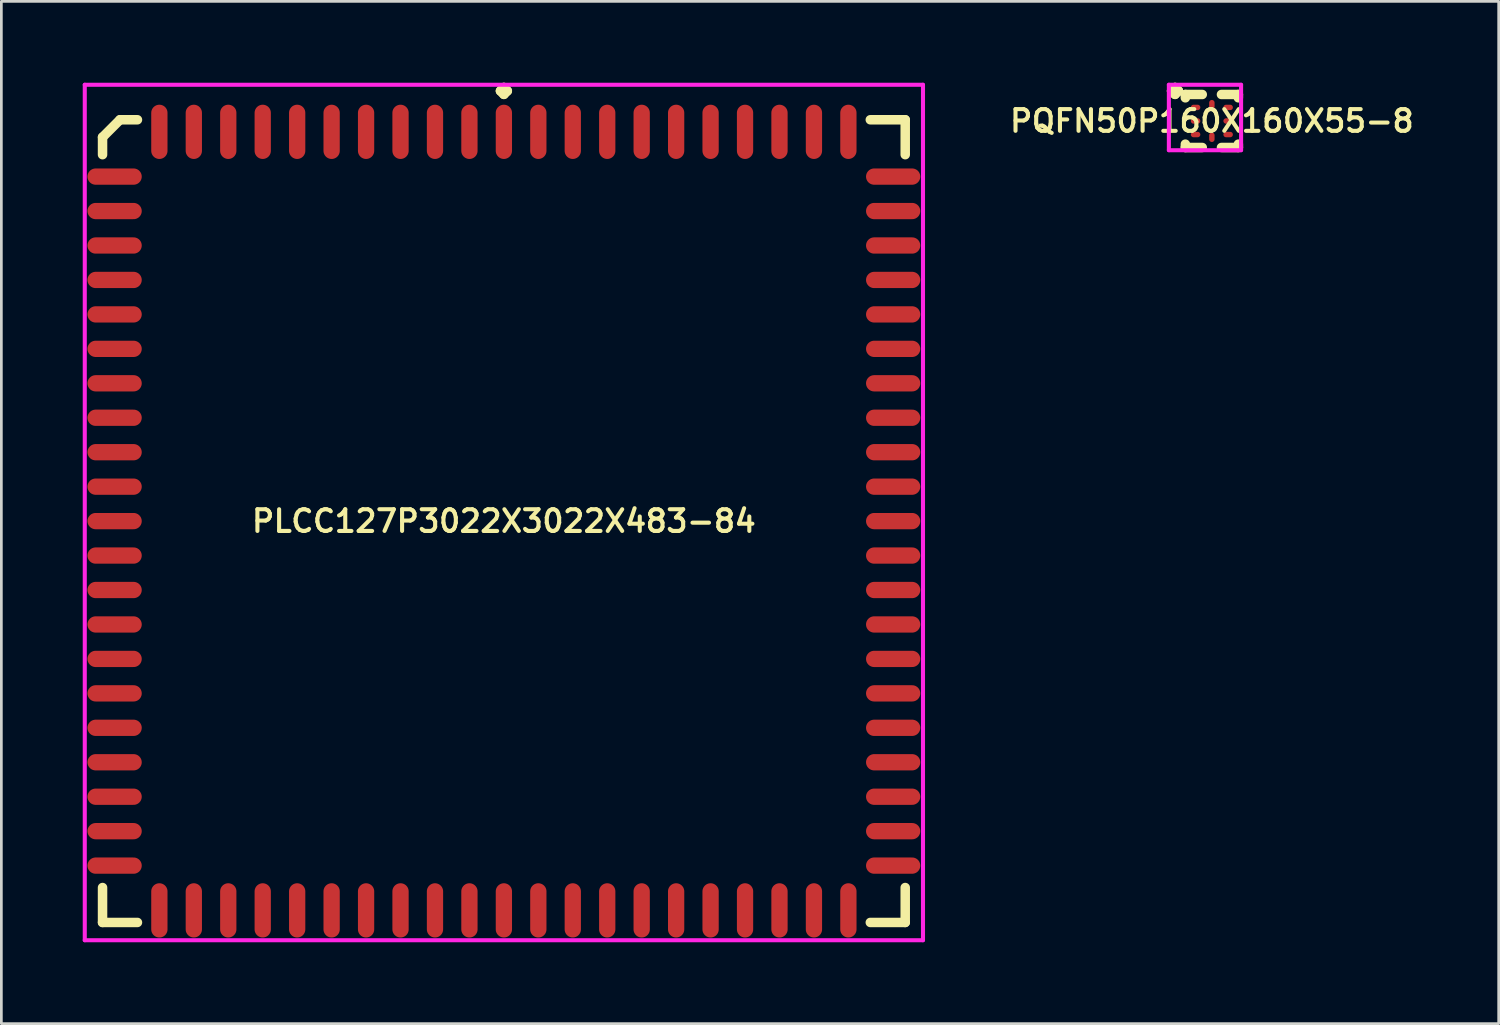
<source format=kicad_pcb>
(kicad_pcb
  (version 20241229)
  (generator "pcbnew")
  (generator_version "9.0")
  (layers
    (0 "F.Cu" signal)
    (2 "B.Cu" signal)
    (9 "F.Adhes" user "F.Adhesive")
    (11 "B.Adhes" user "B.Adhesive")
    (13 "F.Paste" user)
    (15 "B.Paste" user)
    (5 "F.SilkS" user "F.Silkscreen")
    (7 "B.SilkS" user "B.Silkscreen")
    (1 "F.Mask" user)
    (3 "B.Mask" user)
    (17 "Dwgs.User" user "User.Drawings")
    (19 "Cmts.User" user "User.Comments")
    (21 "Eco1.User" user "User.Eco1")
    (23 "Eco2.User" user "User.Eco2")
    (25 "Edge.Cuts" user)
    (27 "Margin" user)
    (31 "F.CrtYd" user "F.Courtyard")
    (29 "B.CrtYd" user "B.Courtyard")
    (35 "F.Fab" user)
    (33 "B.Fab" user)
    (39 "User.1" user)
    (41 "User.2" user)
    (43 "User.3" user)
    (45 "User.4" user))
  (footprint "PQFN50P160X160X55-8"
    (layer "F.Cu")
    (at 41.624 1.41)
    (property "Reference" "PQFN50P160X160X55-8" (at 0 0 0) (layer "F.SilkS") (effects (font (size 0.8 0.8) (thickness 0.15))))
    (attr smd)
    (fp_line (start -1.485 -1.108) (end -1.358 -1.235) (stroke (width 0.35) (type solid)) (layer "F.SilkS"))
    (fp_line (start -1.358 -1.235) (end -1.231 -1.108) (stroke (width 0.35) (type solid)) (layer "F.SilkS"))
    (fp_line (start -1.358 -0.981) (end -1.485 -1.108) (stroke (width 0.35) (type solid)) (layer "F.SilkS"))
    (fp_line (start -1.231 -1.108) (end -1.358 -0.981) (stroke (width 0.35) (type solid)) (layer "F.SilkS"))
    (fp_line (start -0.977 -0.977) (end -0.354 -0.977) (stroke (width 0.35) (type solid)) (layer "F.SilkS"))
    (fp_line (start -0.977 -0.854) (end -0.977 -0.977) (stroke (width 0.35) (type solid)) (layer "F.SilkS"))
    (fp_line (start -0.977 0.854) (end -0.977 0.977) (stroke (width 0.35) (type solid)) (layer "F.SilkS"))
    (fp_line (start -0.977 0.977) (end -0.354 0.977) (stroke (width 0.35) (type solid)) (layer "F.SilkS"))
    (fp_line (start 0.354 -0.977) (end 0.977 -0.977) (stroke (width 0.35) (type solid)) (layer "F.SilkS"))
    (fp_line (start 0.354 0.977) (end 0.977 0.977) (stroke (width 0.35) (type solid)) (layer "F.SilkS"))
    (fp_line (start 0.977 -0.977) (end 0.977 -0.854) (stroke (width 0.35) (type solid)) (layer "F.SilkS"))
    (fp_line (start 0.977 0.977) (end 0.977 0.854) (stroke (width 0.35) (type solid)) (layer "F.SilkS"))
    (fp_line (start -1.585 -1.335) (end 1.077 -1.335) (stroke (width 0.15) (type solid)) (layer "F.CrtYd"))
    (fp_line (start -1.585 1.077) (end -1.585 -1.335) (stroke (width 0.15) (type solid)) (layer "F.CrtYd"))
    (fp_line (start 1.077 -1.335) (end 1.077 1.077) (stroke (width 0.15) (type solid)) (layer "F.CrtYd"))
    (fp_line (start 1.077 1.077) (end -1.585 1.077) (stroke (width 0.15) (type solid)) (layer "F.CrtYd"))
    (pad "1" smd oval (at -0.6 -0.5) (size 0.35 0.2) (layers "F.Cu" "F.Mask" "F.Paste"))
    (pad "2" smd oval (at -0.6 0) (size 0.35 0.2) (layers "F.Cu" "F.Mask" "F.Paste"))
    (pad "3" smd oval (at -0.6 0.5) (size 0.35 0.2) (layers "F.Cu" "F.Mask" "F.Paste"))
    (pad "4" smd oval (at 0 0.6) (size 0.2 0.35) (layers "F.Cu" "F.Mask" "F.Paste"))
    (pad "5" smd oval (at 0.6 0.5) (size 0.35 0.2) (layers "F.Cu" "F.Mask" "F.Paste"))
    (pad "6" smd oval (at 0.6 0) (size 0.35 0.2) (layers "F.Cu" "F.Mask" "F.Paste"))
    (pad "7" smd oval (at 0.6 -0.5) (size 0.35 0.2) (layers "F.Cu" "F.Mask" "F.Paste"))
    (pad "8" smd oval (at 0 -0.6) (size 0.2 0.35) (layers "F.Cu" "F.Mask" "F.Paste")))
  (footprint "PLCC127P3022X3022X483-84"
    (layer "F.Cu")
    (at 15.525 16.16)
    (property "Reference" "PLCC127P3022X3022X483-84" (at 0 0 0) (layer "F.SilkS") (effects (font (size 0.8 0.8) (thickness 0.15))))
    (attr through_hole)
    (fp_line (start -14.795 -14.152) (end -14.152 -14.795) (stroke (width 0.35) (type solid)) (layer "F.SilkS"))
    (fp_line (start -14.795 -13.508) (end -14.795 -14.152) (stroke (width 0.35) (type solid)) (layer "F.SilkS"))
    (fp_line (start -14.795 13.508) (end -14.795 14.795) (stroke (width 0.35) (type solid)) (layer "F.SilkS"))
    (fp_line (start -14.795 14.795) (end -13.508 14.795) (stroke (width 0.35) (type solid)) (layer "F.SilkS"))
    (fp_line (start -14.152 -14.795) (end -13.508 -14.795) (stroke (width 0.35) (type solid)) (layer "F.SilkS"))
    (fp_line (start -0.127 -15.858) (end 0 -15.985) (stroke (width 0.35) (type solid)) (layer "F.SilkS"))
    (fp_line (start 0 -15.985) (end 0.127 -15.858) (stroke (width 0.35) (type solid)) (layer "F.SilkS"))
    (fp_line (start 0 -15.731) (end -0.127 -15.858) (stroke (width 0.35) (type solid)) (layer "F.SilkS"))
    (fp_line (start 0.127 -15.858) (end 0 -15.731) (stroke (width 0.35) (type solid)) (layer "F.SilkS"))
    (fp_line (start 14.795 -14.795) (end 13.508 -14.795) (stroke (width 0.35) (type solid)) (layer "F.SilkS"))
    (fp_line (start 14.795 -13.508) (end 14.795 -14.795) (stroke (width 0.35) (type solid)) (layer "F.SilkS"))
    (fp_line (start 14.795 13.508) (end 14.795 14.795) (stroke (width 0.35) (type solid)) (layer "F.SilkS"))
    (fp_line (start 14.795 14.795) (end 13.508 14.795) (stroke (width 0.35) (type solid)) (layer "F.SilkS"))
    (fp_line (start -15.45 -16.085) (end 15.45 -16.085) (stroke (width 0.15) (type solid)) (layer "F.CrtYd"))
    (fp_line (start -15.45 15.45) (end -15.45 -16.085) (stroke (width 0.15) (type solid)) (layer "F.CrtYd"))
    (fp_line (start 15.45 -16.085) (end 15.45 15.45) (stroke (width 0.15) (type solid)) (layer "F.CrtYd"))
    (fp_line (start 15.45 15.45) (end -15.45 15.45) (stroke (width 0.15) (type solid)) (layer "F.CrtYd"))
    (pad "1" smd oval (at 0 -14.35) (size 0.6 2) (layers "F.Cu" "F.Mask" "F.Paste"))
    (pad "2" smd oval (at -1.27 -14.35) (size 0.6 2) (layers "F.Cu" "F.Mask" "F.Paste"))
    (pad "3" smd oval (at -2.54 -14.35) (size 0.6 2) (layers "F.Cu" "F.Mask" "F.Paste"))
    (pad "4" smd oval (at -3.81 -14.35) (size 0.6 2) (layers "F.Cu" "F.Mask" "F.Paste"))
    (pad "5" smd oval (at -5.08 -14.35) (size 0.6 2) (layers "F.Cu" "F.Mask" "F.Paste"))
    (pad "6" smd oval (at -6.35 -14.35) (size 0.6 2) (layers "F.Cu" "F.Mask" "F.Paste"))
    (pad "7" smd oval (at -7.62 -14.35) (size 0.6 2) (layers "F.Cu" "F.Mask" "F.Paste"))
    (pad "8" smd oval (at -8.89 -14.35) (size 0.6 2) (layers "F.Cu" "F.Mask" "F.Paste"))
    (pad "9" smd oval (at -10.16 -14.35) (size 0.6 2) (layers "F.Cu" "F.Mask" "F.Paste"))
    (pad "10" smd oval (at -11.43 -14.35) (size 0.6 2) (layers "F.Cu" "F.Mask" "F.Paste"))
    (pad "11" smd oval (at -12.7 -14.35) (size 0.6 2) (layers "F.Cu" "F.Mask" "F.Paste"))
    (pad "12" smd oval (at -14.35 -12.7) (size 2 0.6) (layers "F.Cu" "F.Mask" "F.Paste"))
    (pad "13" smd oval (at -14.35 -11.43) (size 2 0.6) (layers "F.Cu" "F.Mask" "F.Paste"))
    (pad "14" smd oval (at -14.35 -10.16) (size 2 0.6) (layers "F.Cu" "F.Mask" "F.Paste"))
    (pad "15" smd oval (at -14.35 -8.89) (size 2 0.6) (layers "F.Cu" "F.Mask" "F.Paste"))
    (pad "16" smd oval (at -14.35 -7.62) (size 2 0.6) (layers "F.Cu" "F.Mask" "F.Paste"))
    (pad "17" smd oval (at -14.35 -6.35) (size 2 0.6) (layers "F.Cu" "F.Mask" "F.Paste"))
    (pad "18" smd oval (at -14.35 -5.08) (size 2 0.6) (layers "F.Cu" "F.Mask" "F.Paste"))
    (pad "19" smd oval (at -14.35 -3.81) (size 2 0.6) (layers "F.Cu" "F.Mask" "F.Paste"))
    (pad "20" smd oval (at -14.35 -2.54) (size 2 0.6) (layers "F.Cu" "F.Mask" "F.Paste"))
    (pad "21" smd oval (at -14.35 -1.27) (size 2 0.6) (layers "F.Cu" "F.Mask" "F.Paste"))
    (pad "22" smd oval (at -14.35 0) (size 2 0.6) (layers "F.Cu" "F.Mask" "F.Paste"))
    (pad "23" smd oval (at -14.35 1.27) (size 2 0.6) (layers "F.Cu" "F.Mask" "F.Paste"))
    (pad "24" smd oval (at -14.35 2.54) (size 2 0.6) (layers "F.Cu" "F.Mask" "F.Paste"))
    (pad "25" smd oval (at -14.35 3.81) (size 2 0.6) (layers "F.Cu" "F.Mask" "F.Paste"))
    (pad "26" smd oval (at -14.35 5.08) (size 2 0.6) (layers "F.Cu" "F.Mask" "F.Paste"))
    (pad "27" smd oval (at -14.35 6.35) (size 2 0.6) (layers "F.Cu" "F.Mask" "F.Paste"))
    (pad "28" smd oval (at -14.35 7.62) (size 2 0.6) (layers "F.Cu" "F.Mask" "F.Paste"))
    (pad "29" smd oval (at -14.35 8.89) (size 2 0.6) (layers "F.Cu" "F.Mask" "F.Paste"))
    (pad "30" smd oval (at -14.35 10.16) (size 2 0.6) (layers "F.Cu" "F.Mask" "F.Paste"))
    (pad "31" smd oval (at -14.35 11.43) (size 2 0.6) (layers "F.Cu" "F.Mask" "F.Paste"))
    (pad "32" smd oval (at -14.35 12.7) (size 2 0.6) (layers "F.Cu" "F.Mask" "F.Paste"))
    (pad "33" smd oval (at -12.7 14.35) (size 0.6 2) (layers "F.Cu" "F.Mask" "F.Paste"))
    (pad "34" smd oval (at -11.43 14.35) (size 0.6 2) (layers "F.Cu" "F.Mask" "F.Paste"))
    (pad "35" smd oval (at -10.16 14.35) (size 0.6 2) (layers "F.Cu" "F.Mask" "F.Paste"))
    (pad "36" smd oval (at -8.89 14.35) (size 0.6 2) (layers "F.Cu" "F.Mask" "F.Paste"))
    (pad "37" smd oval (at -7.62 14.35) (size 0.6 2) (layers "F.Cu" "F.Mask" "F.Paste"))
    (pad "38" smd oval (at -6.35 14.35) (size 0.6 2) (layers "F.Cu" "F.Mask" "F.Paste"))
    (pad "39" smd oval (at -5.08 14.35) (size 0.6 2) (layers "F.Cu" "F.Mask" "F.Paste"))
    (pad "40" smd oval (at -3.81 14.35) (size 0.6 2) (layers "F.Cu" "F.Mask" "F.Paste"))
    (pad "41" smd oval (at -2.54 14.35) (size 0.6 2) (layers "F.Cu" "F.Mask" "F.Paste"))
    (pad "42" smd oval (at -1.27 14.35) (size 0.6 2) (layers "F.Cu" "F.Mask" "F.Paste"))
    (pad "43" smd oval (at 0 14.35) (size 0.6 2) (layers "F.Cu" "F.Mask" "F.Paste"))
    (pad "44" smd oval (at 1.27 14.35) (size 0.6 2) (layers "F.Cu" "F.Mask" "F.Paste"))
    (pad "45" smd oval (at 2.54 14.35) (size 0.6 2) (layers "F.Cu" "F.Mask" "F.Paste"))
    (pad "46" smd oval (at 3.81 14.35) (size 0.6 2) (layers "F.Cu" "F.Mask" "F.Paste"))
    (pad "47" smd oval (at 5.08 14.35) (size 0.6 2) (layers "F.Cu" "F.Mask" "F.Paste"))
    (pad "48" smd oval (at 6.35 14.35) (size 0.6 2) (layers "F.Cu" "F.Mask" "F.Paste"))
    (pad "49" smd oval (at 7.62 14.35) (size 0.6 2) (layers "F.Cu" "F.Mask" "F.Paste"))
    (pad "50" smd oval (at 8.89 14.35) (size 0.6 2) (layers "F.Cu" "F.Mask" "F.Paste"))
    (pad "51" smd oval (at 10.16 14.35) (size 0.6 2) (layers "F.Cu" "F.Mask" "F.Paste"))
    (pad "52" smd oval (at 11.43 14.35) (size 0.6 2) (layers "F.Cu" "F.Mask" "F.Paste"))
    (pad "53" smd oval (at 12.7 14.35) (size 0.6 2) (layers "F.Cu" "F.Mask" "F.Paste"))
    (pad "54" smd oval (at 14.35 12.7) (size 2 0.6) (layers "F.Cu" "F.Mask" "F.Paste"))
    (pad "55" smd oval (at 14.35 11.43) (size 2 0.6) (layers "F.Cu" "F.Mask" "F.Paste"))
    (pad "56" smd oval (at 14.35 10.16) (size 2 0.6) (layers "F.Cu" "F.Mask" "F.Paste"))
    (pad "57" smd oval (at 14.35 8.89) (size 2 0.6) (layers "F.Cu" "F.Mask" "F.Paste"))
    (pad "58" smd oval (at 14.35 7.62) (size 2 0.6) (layers "F.Cu" "F.Mask" "F.Paste"))
    (pad "59" smd oval (at 14.35 6.35) (size 2 0.6) (layers "F.Cu" "F.Mask" "F.Paste"))
    (pad "60" smd oval (at 14.35 5.08) (size 2 0.6) (layers "F.Cu" "F.Mask" "F.Paste"))
    (pad "61" smd oval (at 14.35 3.81) (size 2 0.6) (layers "F.Cu" "F.Mask" "F.Paste"))
    (pad "62" smd oval (at 14.35 2.54) (size 2 0.6) (layers "F.Cu" "F.Mask" "F.Paste"))
    (pad "63" smd oval (at 14.35 1.27) (size 2 0.6) (layers "F.Cu" "F.Mask" "F.Paste"))
    (pad "64" smd oval (at 14.35 0) (size 2 0.6) (layers "F.Cu" "F.Mask" "F.Paste"))
    (pad "65" smd oval (at 14.35 -1.27) (size 2 0.6) (layers "F.Cu" "F.Mask" "F.Paste"))
    (pad "66" smd oval (at 14.35 -2.54) (size 2 0.6) (layers "F.Cu" "F.Mask" "F.Paste"))
    (pad "67" smd oval (at 14.35 -3.81) (size 2 0.6) (layers "F.Cu" "F.Mask" "F.Paste"))
    (pad "68" smd oval (at 14.35 -5.08) (size 2 0.6) (layers "F.Cu" "F.Mask" "F.Paste"))
    (pad "69" smd oval (at 14.35 -6.35) (size 2 0.6) (layers "F.Cu" "F.Mask" "F.Paste"))
    (pad "70" smd oval (at 14.35 -7.62) (size 2 0.6) (layers "F.Cu" "F.Mask" "F.Paste"))
    (pad "71" smd oval (at 14.35 -8.89) (size 2 0.6) (layers "F.Cu" "F.Mask" "F.Paste"))
    (pad "72" smd oval (at 14.35 -10.16) (size 2 0.6) (layers "F.Cu" "F.Mask" "F.Paste"))
    (pad "73" smd oval (at 14.35 -11.43) (size 2 0.6) (layers "F.Cu" "F.Mask" "F.Paste"))
    (pad "74" smd oval (at 14.35 -12.7) (size 2 0.6) (layers "F.Cu" "F.Mask" "F.Paste"))
    (pad "75" smd oval (at 12.7 -14.35) (size 0.6 2) (layers "F.Cu" "F.Mask" "F.Paste"))
    (pad "76" smd oval (at 11.43 -14.35) (size 0.6 2) (layers "F.Cu" "F.Mask" "F.Paste"))
    (pad "77" smd oval (at 10.16 -14.35) (size 0.6 2) (layers "F.Cu" "F.Mask" "F.Paste"))
    (pad "78" smd oval (at 8.89 -14.35) (size 0.6 2) (layers "F.Cu" "F.Mask" "F.Paste"))
    (pad "79" smd oval (at 7.62 -14.35) (size 0.6 2) (layers "F.Cu" "F.Mask" "F.Paste"))
    (pad "80" smd oval (at 6.35 -14.35) (size 0.6 2) (layers "F.Cu" "F.Mask" "F.Paste"))
    (pad "81" smd oval (at 5.08 -14.35) (size 0.6 2) (layers "F.Cu" "F.Mask" "F.Paste"))
    (pad "82" smd oval (at 3.81 -14.35) (size 0.6 2) (layers "F.Cu" "F.Mask" "F.Paste"))
    (pad "83" smd oval (at 2.54 -14.35) (size 0.6 2) (layers "F.Cu" "F.Mask" "F.Paste"))
    (pad "84" smd oval (at 1.27 -14.35) (size 0.6 2) (layers "F.Cu" "F.Mask" "F.Paste")))
  (gr_rect
    (start -3 -3)
    (end 52.197 34.685)
    (stroke (width 0.1) (type default))
    (fill no)
    (layer "Edge.Cuts")))
</source>
